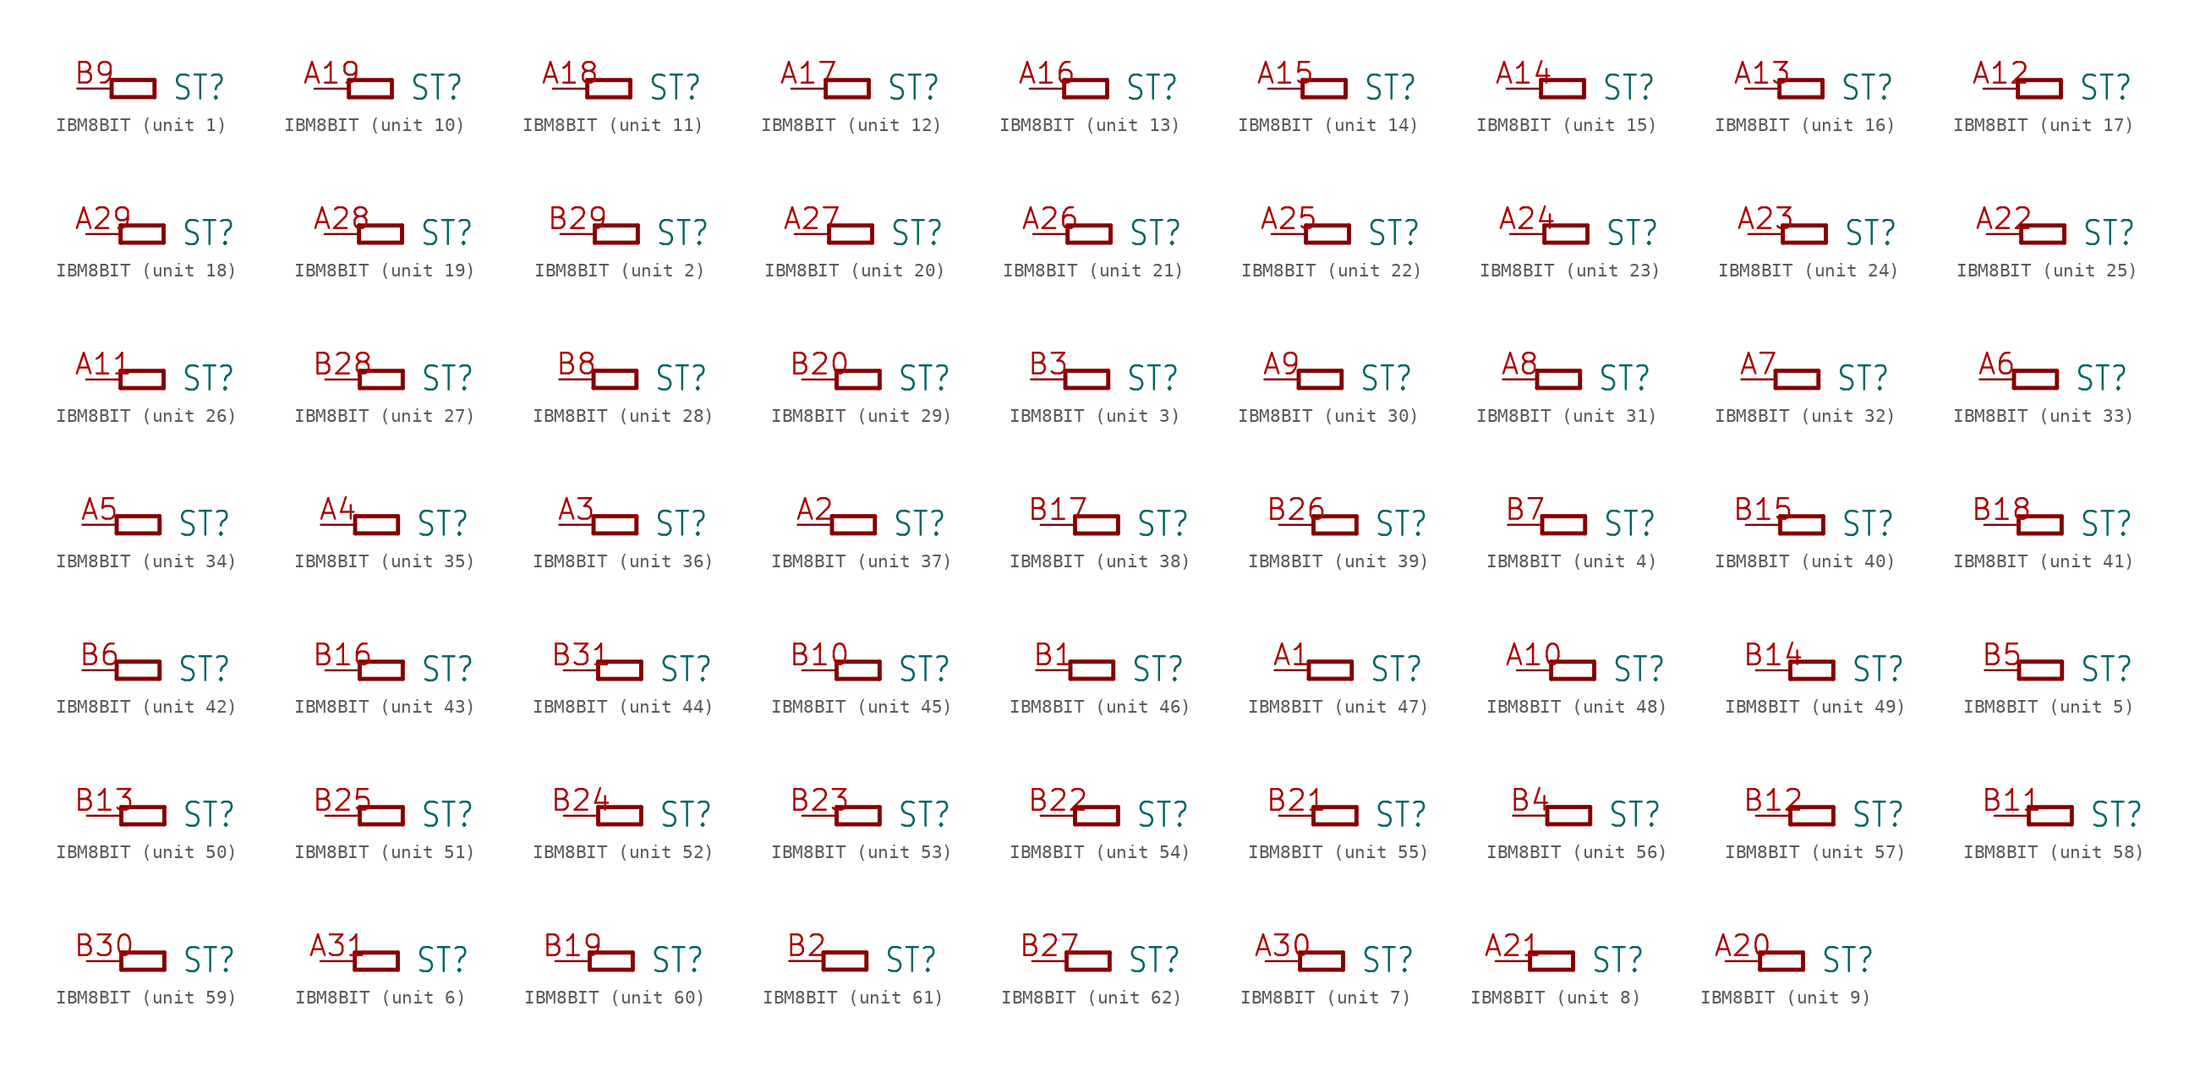
<source format=kicad_sym>
(kicad_symbol_lib
  (version 20241209)
  (generator "kicad_symbol_editor")
  (generator_version "9.0")
  (symbol "IBM8BIT"
    (property "Reference" "ST"
      (at 4.445 -0.965 0)
      (effects (font (size 1.778 1.511)) (justify left bottom)))
    (property "ki_locked" ""
      (at 0 0 0)
      (effects (font (size 1.27 1.27))))
    (symbol "IBM8BIT_1_0"
      (polyline (pts (xy 0 0.635) (xy 3.175 0.635)) (stroke (width 0.305) (type solid)) (fill (type none)))
      (polyline (pts (xy 0 -0.635) (xy 0 0.635)) (stroke (width 0.305) (type solid)) (fill (type none)))
      (polyline (pts (xy 3.175 0.635) (xy 3.175 -0.635)) (stroke (width 0.305) (type solid)) (fill (type none)))
      (polyline (pts (xy 3.175 -0.635) (xy 0 -0.635)) (stroke (width 0.305) (type solid)) (fill (type none)))
      (pin bidirectional line (at -2.54 0 0) (length 2.54) (name "P" (effects (font (size 0 0)))) (number "B9" (effects (font (size 1.524 1.524))))))
    (symbol "IBM8BIT_2_0"
      (polyline (pts (xy 0 0.635) (xy 3.175 0.635)) (stroke (width 0.305) (type solid)) (fill (type none)))
      (polyline (pts (xy 0 -0.635) (xy 0 0.635)) (stroke (width 0.305) (type solid)) (fill (type none)))
      (polyline (pts (xy 3.175 0.635) (xy 3.175 -0.635)) (stroke (width 0.305) (type solid)) (fill (type none)))
      (polyline (pts (xy 3.175 -0.635) (xy 0 -0.635)) (stroke (width 0.305) (type solid)) (fill (type none)))
      (pin bidirectional line (at -2.54 0 0) (length 2.54) (name "P" (effects (font (size 0 0)))) (number "B29" (effects (font (size 1.524 1.524))))))
    (symbol "IBM8BIT_3_0"
      (polyline (pts (xy 0 0.635) (xy 3.175 0.635)) (stroke (width 0.305) (type solid)) (fill (type none)))
      (polyline (pts (xy 0 -0.635) (xy 0 0.635)) (stroke (width 0.305) (type solid)) (fill (type none)))
      (polyline (pts (xy 3.175 0.635) (xy 3.175 -0.635)) (stroke (width 0.305) (type solid)) (fill (type none)))
      (polyline (pts (xy 3.175 -0.635) (xy 0 -0.635)) (stroke (width 0.305) (type solid)) (fill (type none)))
      (pin bidirectional line (at -2.54 0 0) (length 2.54) (name "P" (effects (font (size 0 0)))) (number "B3" (effects (font (size 1.524 1.524))))))
    (symbol "IBM8BIT_4_0"
      (polyline (pts (xy 0 0.635) (xy 3.175 0.635)) (stroke (width 0.305) (type solid)) (fill (type none)))
      (polyline (pts (xy 0 -0.635) (xy 0 0.635)) (stroke (width 0.305) (type solid)) (fill (type none)))
      (polyline (pts (xy 3.175 0.635) (xy 3.175 -0.635)) (stroke (width 0.305) (type solid)) (fill (type none)))
      (polyline (pts (xy 3.175 -0.635) (xy 0 -0.635)) (stroke (width 0.305) (type solid)) (fill (type none)))
      (pin bidirectional line (at -2.54 0 0) (length 2.54) (name "P" (effects (font (size 0 0)))) (number "B7" (effects (font (size 1.524 1.524))))))
    (symbol "IBM8BIT_5_0"
      (polyline (pts (xy 0 0.635) (xy 3.175 0.635)) (stroke (width 0.305) (type solid)) (fill (type none)))
      (polyline (pts (xy 0 -0.635) (xy 0 0.635)) (stroke (width 0.305) (type solid)) (fill (type none)))
      (polyline (pts (xy 3.175 0.635) (xy 3.175 -0.635)) (stroke (width 0.305) (type solid)) (fill (type none)))
      (polyline (pts (xy 3.175 -0.635) (xy 0 -0.635)) (stroke (width 0.305) (type solid)) (fill (type none)))
      (pin bidirectional line (at -2.54 0 0) (length 2.54) (name "P" (effects (font (size 0 0)))) (number "B5" (effects (font (size 1.524 1.524))))))
    (symbol "IBM8BIT_6_0"
      (polyline (pts (xy 0 0.635) (xy 3.175 0.635)) (stroke (width 0.305) (type solid)) (fill (type none)))
      (polyline (pts (xy 0 -0.635) (xy 0 0.635)) (stroke (width 0.305) (type solid)) (fill (type none)))
      (polyline (pts (xy 3.175 0.635) (xy 3.175 -0.635)) (stroke (width 0.305) (type solid)) (fill (type none)))
      (polyline (pts (xy 3.175 -0.635) (xy 0 -0.635)) (stroke (width 0.305) (type solid)) (fill (type none)))
      (pin bidirectional line (at -2.54 0 0) (length 2.54) (name "P" (effects (font (size 0 0)))) (number "A31" (effects (font (size 1.524 1.524))))))
    (symbol "IBM8BIT_7_0"
      (polyline (pts (xy 0 0.635) (xy 3.175 0.635)) (stroke (width 0.305) (type solid)) (fill (type none)))
      (polyline (pts (xy 0 -0.635) (xy 0 0.635)) (stroke (width 0.305) (type solid)) (fill (type none)))
      (polyline (pts (xy 3.175 0.635) (xy 3.175 -0.635)) (stroke (width 0.305) (type solid)) (fill (type none)))
      (polyline (pts (xy 3.175 -0.635) (xy 0 -0.635)) (stroke (width 0.305) (type solid)) (fill (type none)))
      (pin bidirectional line (at -2.54 0 0) (length 2.54) (name "P" (effects (font (size 0 0)))) (number "A30" (effects (font (size 1.524 1.524))))))
    (symbol "IBM8BIT_8_0"
      (polyline (pts (xy 0 0.635) (xy 3.175 0.635)) (stroke (width 0.305) (type solid)) (fill (type none)))
      (polyline (pts (xy 0 -0.635) (xy 0 0.635)) (stroke (width 0.305) (type solid)) (fill (type none)))
      (polyline (pts (xy 3.175 0.635) (xy 3.175 -0.635)) (stroke (width 0.305) (type solid)) (fill (type none)))
      (polyline (pts (xy 3.175 -0.635) (xy 0 -0.635)) (stroke (width 0.305) (type solid)) (fill (type none)))
      (pin bidirectional line (at -2.54 0 0) (length 2.54) (name "P" (effects (font (size 0 0)))) (number "A21" (effects (font (size 1.524 1.524))))))
    (symbol "IBM8BIT_9_0"
      (polyline (pts (xy 0 0.635) (xy 3.175 0.635)) (stroke (width 0.305) (type solid)) (fill (type none)))
      (polyline (pts (xy 0 -0.635) (xy 0 0.635)) (stroke (width 0.305) (type solid)) (fill (type none)))
      (polyline (pts (xy 3.175 0.635) (xy 3.175 -0.635)) (stroke (width 0.305) (type solid)) (fill (type none)))
      (polyline (pts (xy 3.175 -0.635) (xy 0 -0.635)) (stroke (width 0.305) (type solid)) (fill (type none)))
      (pin bidirectional line (at -2.54 0 0) (length 2.54) (name "P" (effects (font (size 0 0)))) (number "A20" (effects (font (size 1.524 1.524))))))
    (symbol "IBM8BIT_10_0"
      (polyline (pts (xy 0 0.635) (xy 3.175 0.635)) (stroke (width 0.305) (type solid)) (fill (type none)))
      (polyline (pts (xy 0 -0.635) (xy 0 0.635)) (stroke (width 0.305) (type solid)) (fill (type none)))
      (polyline (pts (xy 3.175 0.635) (xy 3.175 -0.635)) (stroke (width 0.305) (type solid)) (fill (type none)))
      (polyline (pts (xy 3.175 -0.635) (xy 0 -0.635)) (stroke (width 0.305) (type solid)) (fill (type none)))
      (pin bidirectional line (at -2.54 0 0) (length 2.54) (name "P" (effects (font (size 0 0)))) (number "A19" (effects (font (size 1.524 1.524))))))
    (symbol "IBM8BIT_11_0"
      (polyline (pts (xy 0 0.635) (xy 3.175 0.635)) (stroke (width 0.305) (type solid)) (fill (type none)))
      (polyline (pts (xy 0 -0.635) (xy 0 0.635)) (stroke (width 0.305) (type solid)) (fill (type none)))
      (polyline (pts (xy 3.175 0.635) (xy 3.175 -0.635)) (stroke (width 0.305) (type solid)) (fill (type none)))
      (polyline (pts (xy 3.175 -0.635) (xy 0 -0.635)) (stroke (width 0.305) (type solid)) (fill (type none)))
      (pin bidirectional line (at -2.54 0 0) (length 2.54) (name "P" (effects (font (size 0 0)))) (number "A18" (effects (font (size 1.524 1.524))))))
    (symbol "IBM8BIT_12_0"
      (polyline (pts (xy 0 0.635) (xy 3.175 0.635)) (stroke (width 0.305) (type solid)) (fill (type none)))
      (polyline (pts (xy 0 -0.635) (xy 0 0.635)) (stroke (width 0.305) (type solid)) (fill (type none)))
      (polyline (pts (xy 3.175 0.635) (xy 3.175 -0.635)) (stroke (width 0.305) (type solid)) (fill (type none)))
      (polyline (pts (xy 3.175 -0.635) (xy 0 -0.635)) (stroke (width 0.305) (type solid)) (fill (type none)))
      (pin bidirectional line (at -2.54 0 0) (length 2.54) (name "P" (effects (font (size 0 0)))) (number "A17" (effects (font (size 1.524 1.524))))))
    (symbol "IBM8BIT_13_0"
      (polyline (pts (xy 0 0.635) (xy 3.175 0.635)) (stroke (width 0.305) (type solid)) (fill (type none)))
      (polyline (pts (xy 0 -0.635) (xy 0 0.635)) (stroke (width 0.305) (type solid)) (fill (type none)))
      (polyline (pts (xy 3.175 0.635) (xy 3.175 -0.635)) (stroke (width 0.305) (type solid)) (fill (type none)))
      (polyline (pts (xy 3.175 -0.635) (xy 0 -0.635)) (stroke (width 0.305) (type solid)) (fill (type none)))
      (pin bidirectional line (at -2.54 0 0) (length 2.54) (name "P" (effects (font (size 0 0)))) (number "A16" (effects (font (size 1.524 1.524))))))
    (symbol "IBM8BIT_14_0"
      (polyline (pts (xy 0 0.635) (xy 3.175 0.635)) (stroke (width 0.305) (type solid)) (fill (type none)))
      (polyline (pts (xy 0 -0.635) (xy 0 0.635)) (stroke (width 0.305) (type solid)) (fill (type none)))
      (polyline (pts (xy 3.175 0.635) (xy 3.175 -0.635)) (stroke (width 0.305) (type solid)) (fill (type none)))
      (polyline (pts (xy 3.175 -0.635) (xy 0 -0.635)) (stroke (width 0.305) (type solid)) (fill (type none)))
      (pin bidirectional line (at -2.54 0 0) (length 2.54) (name "P" (effects (font (size 0 0)))) (number "A15" (effects (font (size 1.524 1.524))))))
    (symbol "IBM8BIT_15_0"
      (polyline (pts (xy 0 0.635) (xy 3.175 0.635)) (stroke (width 0.305) (type solid)) (fill (type none)))
      (polyline (pts (xy 0 -0.635) (xy 0 0.635)) (stroke (width 0.305) (type solid)) (fill (type none)))
      (polyline (pts (xy 3.175 0.635) (xy 3.175 -0.635)) (stroke (width 0.305) (type solid)) (fill (type none)))
      (polyline (pts (xy 3.175 -0.635) (xy 0 -0.635)) (stroke (width 0.305) (type solid)) (fill (type none)))
      (pin bidirectional line (at -2.54 0 0) (length 2.54) (name "P" (effects (font (size 0 0)))) (number "A14" (effects (font (size 1.524 1.524))))))
    (symbol "IBM8BIT_16_0"
      (polyline (pts (xy 0 0.635) (xy 3.175 0.635)) (stroke (width 0.305) (type solid)) (fill (type none)))
      (polyline (pts (xy 0 -0.635) (xy 0 0.635)) (stroke (width 0.305) (type solid)) (fill (type none)))
      (polyline (pts (xy 3.175 0.635) (xy 3.175 -0.635)) (stroke (width 0.305) (type solid)) (fill (type none)))
      (polyline (pts (xy 3.175 -0.635) (xy 0 -0.635)) (stroke (width 0.305) (type solid)) (fill (type none)))
      (pin bidirectional line (at -2.54 0 0) (length 2.54) (name "P" (effects (font (size 0 0)))) (number "A13" (effects (font (size 1.524 1.524))))))
    (symbol "IBM8BIT_17_0"
      (polyline (pts (xy 0 0.635) (xy 3.175 0.635)) (stroke (width 0.305) (type solid)) (fill (type none)))
      (polyline (pts (xy 0 -0.635) (xy 0 0.635)) (stroke (width 0.305) (type solid)) (fill (type none)))
      (polyline (pts (xy 3.175 0.635) (xy 3.175 -0.635)) (stroke (width 0.305) (type solid)) (fill (type none)))
      (polyline (pts (xy 3.175 -0.635) (xy 0 -0.635)) (stroke (width 0.305) (type solid)) (fill (type none)))
      (pin bidirectional line (at -2.54 0 0) (length 2.54) (name "P" (effects (font (size 0 0)))) (number "A12" (effects (font (size 1.524 1.524))))))
    (symbol "IBM8BIT_18_0"
      (polyline (pts (xy 0 0.635) (xy 3.175 0.635)) (stroke (width 0.305) (type solid)) (fill (type none)))
      (polyline (pts (xy 0 -0.635) (xy 0 0.635)) (stroke (width 0.305) (type solid)) (fill (type none)))
      (polyline (pts (xy 3.175 0.635) (xy 3.175 -0.635)) (stroke (width 0.305) (type solid)) (fill (type none)))
      (polyline (pts (xy 3.175 -0.635) (xy 0 -0.635)) (stroke (width 0.305) (type solid)) (fill (type none)))
      (pin bidirectional line (at -2.54 0 0) (length 2.54) (name "P" (effects (font (size 0 0)))) (number "A29" (effects (font (size 1.524 1.524))))))
    (symbol "IBM8BIT_19_0"
      (polyline (pts (xy 0 0.635) (xy 3.175 0.635)) (stroke (width 0.305) (type solid)) (fill (type none)))
      (polyline (pts (xy 0 -0.635) (xy 0 0.635)) (stroke (width 0.305) (type solid)) (fill (type none)))
      (polyline (pts (xy 3.175 0.635) (xy 3.175 -0.635)) (stroke (width 0.305) (type solid)) (fill (type none)))
      (polyline (pts (xy 3.175 -0.635) (xy 0 -0.635)) (stroke (width 0.305) (type solid)) (fill (type none)))
      (pin bidirectional line (at -2.54 0 0) (length 2.54) (name "P" (effects (font (size 0 0)))) (number "A28" (effects (font (size 1.524 1.524))))))
    (symbol "IBM8BIT_20_0"
      (polyline (pts (xy 0 0.635) (xy 3.175 0.635)) (stroke (width 0.305) (type solid)) (fill (type none)))
      (polyline (pts (xy 0 -0.635) (xy 0 0.635)) (stroke (width 0.305) (type solid)) (fill (type none)))
      (polyline (pts (xy 3.175 0.635) (xy 3.175 -0.635)) (stroke (width 0.305) (type solid)) (fill (type none)))
      (polyline (pts (xy 3.175 -0.635) (xy 0 -0.635)) (stroke (width 0.305) (type solid)) (fill (type none)))
      (pin bidirectional line (at -2.54 0 0) (length 2.54) (name "P" (effects (font (size 0 0)))) (number "A27" (effects (font (size 1.524 1.524))))))
    (symbol "IBM8BIT_21_0"
      (polyline (pts (xy 0 0.635) (xy 3.175 0.635)) (stroke (width 0.305) (type solid)) (fill (type none)))
      (polyline (pts (xy 0 -0.635) (xy 0 0.635)) (stroke (width 0.305) (type solid)) (fill (type none)))
      (polyline (pts (xy 3.175 0.635) (xy 3.175 -0.635)) (stroke (width 0.305) (type solid)) (fill (type none)))
      (polyline (pts (xy 3.175 -0.635) (xy 0 -0.635)) (stroke (width 0.305) (type solid)) (fill (type none)))
      (pin bidirectional line (at -2.54 0 0) (length 2.54) (name "P" (effects (font (size 0 0)))) (number "A26" (effects (font (size 1.524 1.524))))))
    (symbol "IBM8BIT_22_0"
      (polyline (pts (xy 0 0.635) (xy 3.175 0.635)) (stroke (width 0.305) (type solid)) (fill (type none)))
      (polyline (pts (xy 0 -0.635) (xy 0 0.635)) (stroke (width 0.305) (type solid)) (fill (type none)))
      (polyline (pts (xy 3.175 0.635) (xy 3.175 -0.635)) (stroke (width 0.305) (type solid)) (fill (type none)))
      (polyline (pts (xy 3.175 -0.635) (xy 0 -0.635)) (stroke (width 0.305) (type solid)) (fill (type none)))
      (pin bidirectional line (at -2.54 0 0) (length 2.54) (name "P" (effects (font (size 0 0)))) (number "A25" (effects (font (size 1.524 1.524))))))
    (symbol "IBM8BIT_23_0"
      (polyline (pts (xy 0 0.635) (xy 3.175 0.635)) (stroke (width 0.305) (type solid)) (fill (type none)))
      (polyline (pts (xy 0 -0.635) (xy 0 0.635)) (stroke (width 0.305) (type solid)) (fill (type none)))
      (polyline (pts (xy 3.175 0.635) (xy 3.175 -0.635)) (stroke (width 0.305) (type solid)) (fill (type none)))
      (polyline (pts (xy 3.175 -0.635) (xy 0 -0.635)) (stroke (width 0.305) (type solid)) (fill (type none)))
      (pin bidirectional line (at -2.54 0 0) (length 2.54) (name "P" (effects (font (size 0 0)))) (number "A24" (effects (font (size 1.524 1.524))))))
    (symbol "IBM8BIT_24_0"
      (polyline (pts (xy 0 0.635) (xy 3.175 0.635)) (stroke (width 0.305) (type solid)) (fill (type none)))
      (polyline (pts (xy 0 -0.635) (xy 0 0.635)) (stroke (width 0.305) (type solid)) (fill (type none)))
      (polyline (pts (xy 3.175 0.635) (xy 3.175 -0.635)) (stroke (width 0.305) (type solid)) (fill (type none)))
      (polyline (pts (xy 3.175 -0.635) (xy 0 -0.635)) (stroke (width 0.305) (type solid)) (fill (type none)))
      (pin bidirectional line (at -2.54 0 0) (length 2.54) (name "P" (effects (font (size 0 0)))) (number "A23" (effects (font (size 1.524 1.524))))))
    (symbol "IBM8BIT_25_0"
      (polyline (pts (xy 0 0.635) (xy 3.175 0.635)) (stroke (width 0.305) (type solid)) (fill (type none)))
      (polyline (pts (xy 0 -0.635) (xy 0 0.635)) (stroke (width 0.305) (type solid)) (fill (type none)))
      (polyline (pts (xy 3.175 0.635) (xy 3.175 -0.635)) (stroke (width 0.305) (type solid)) (fill (type none)))
      (polyline (pts (xy 3.175 -0.635) (xy 0 -0.635)) (stroke (width 0.305) (type solid)) (fill (type none)))
      (pin bidirectional line (at -2.54 0 0) (length 2.54) (name "P" (effects (font (size 0 0)))) (number "A22" (effects (font (size 1.524 1.524))))))
    (symbol "IBM8BIT_26_0"
      (polyline (pts (xy 0 0.635) (xy 3.175 0.635)) (stroke (width 0.305) (type solid)) (fill (type none)))
      (polyline (pts (xy 0 -0.635) (xy 0 0.635)) (stroke (width 0.305) (type solid)) (fill (type none)))
      (polyline (pts (xy 3.175 0.635) (xy 3.175 -0.635)) (stroke (width 0.305) (type solid)) (fill (type none)))
      (polyline (pts (xy 3.175 -0.635) (xy 0 -0.635)) (stroke (width 0.305) (type solid)) (fill (type none)))
      (pin bidirectional line (at -2.54 0 0) (length 2.54) (name "P" (effects (font (size 0 0)))) (number "A11" (effects (font (size 1.524 1.524))))))
    (symbol "IBM8BIT_27_0"
      (polyline (pts (xy 0 0.635) (xy 3.175 0.635)) (stroke (width 0.305) (type solid)) (fill (type none)))
      (polyline (pts (xy 0 -0.635) (xy 0 0.635)) (stroke (width 0.305) (type solid)) (fill (type none)))
      (polyline (pts (xy 3.175 0.635) (xy 3.175 -0.635)) (stroke (width 0.305) (type solid)) (fill (type none)))
      (polyline (pts (xy 3.175 -0.635) (xy 0 -0.635)) (stroke (width 0.305) (type solid)) (fill (type none)))
      (pin bidirectional line (at -2.54 0 0) (length 2.54) (name "P" (effects (font (size 0 0)))) (number "B28" (effects (font (size 1.524 1.524))))))
    (symbol "IBM8BIT_28_0"
      (polyline (pts (xy 0 0.635) (xy 3.175 0.635)) (stroke (width 0.305) (type solid)) (fill (type none)))
      (polyline (pts (xy 0 -0.635) (xy 0 0.635)) (stroke (width 0.305) (type solid)) (fill (type none)))
      (polyline (pts (xy 3.175 0.635) (xy 3.175 -0.635)) (stroke (width 0.305) (type solid)) (fill (type none)))
      (polyline (pts (xy 3.175 -0.635) (xy 0 -0.635)) (stroke (width 0.305) (type solid)) (fill (type none)))
      (pin bidirectional line (at -2.54 0 0) (length 2.54) (name "P" (effects (font (size 0 0)))) (number "B8" (effects (font (size 1.524 1.524))))))
    (symbol "IBM8BIT_29_0"
      (polyline (pts (xy 0 0.635) (xy 3.175 0.635)) (stroke (width 0.305) (type solid)) (fill (type none)))
      (polyline (pts (xy 0 -0.635) (xy 0 0.635)) (stroke (width 0.305) (type solid)) (fill (type none)))
      (polyline (pts (xy 3.175 0.635) (xy 3.175 -0.635)) (stroke (width 0.305) (type solid)) (fill (type none)))
      (polyline (pts (xy 3.175 -0.635) (xy 0 -0.635)) (stroke (width 0.305) (type solid)) (fill (type none)))
      (pin bidirectional line (at -2.54 0 0) (length 2.54) (name "P" (effects (font (size 0 0)))) (number "B20" (effects (font (size 1.524 1.524))))))
    (symbol "IBM8BIT_30_0"
      (polyline (pts (xy 0 0.635) (xy 3.175 0.635)) (stroke (width 0.305) (type solid)) (fill (type none)))
      (polyline (pts (xy 0 -0.635) (xy 0 0.635)) (stroke (width 0.305) (type solid)) (fill (type none)))
      (polyline (pts (xy 3.175 0.635) (xy 3.175 -0.635)) (stroke (width 0.305) (type solid)) (fill (type none)))
      (polyline (pts (xy 3.175 -0.635) (xy 0 -0.635)) (stroke (width 0.305) (type solid)) (fill (type none)))
      (pin bidirectional line (at -2.54 0 0) (length 2.54) (name "P" (effects (font (size 0 0)))) (number "A9" (effects (font (size 1.524 1.524))))))
    (symbol "IBM8BIT_31_0"
      (polyline (pts (xy 0 0.635) (xy 3.175 0.635)) (stroke (width 0.305) (type solid)) (fill (type none)))
      (polyline (pts (xy 0 -0.635) (xy 0 0.635)) (stroke (width 0.305) (type solid)) (fill (type none)))
      (polyline (pts (xy 3.175 0.635) (xy 3.175 -0.635)) (stroke (width 0.305) (type solid)) (fill (type none)))
      (polyline (pts (xy 3.175 -0.635) (xy 0 -0.635)) (stroke (width 0.305) (type solid)) (fill (type none)))
      (pin bidirectional line (at -2.54 0 0) (length 2.54) (name "P" (effects (font (size 0 0)))) (number "A8" (effects (font (size 1.524 1.524))))))
    (symbol "IBM8BIT_32_0"
      (polyline (pts (xy 0 0.635) (xy 3.175 0.635)) (stroke (width 0.305) (type solid)) (fill (type none)))
      (polyline (pts (xy 0 -0.635) (xy 0 0.635)) (stroke (width 0.305) (type solid)) (fill (type none)))
      (polyline (pts (xy 3.175 0.635) (xy 3.175 -0.635)) (stroke (width 0.305) (type solid)) (fill (type none)))
      (polyline (pts (xy 3.175 -0.635) (xy 0 -0.635)) (stroke (width 0.305) (type solid)) (fill (type none)))
      (pin bidirectional line (at -2.54 0 0) (length 2.54) (name "P" (effects (font (size 0 0)))) (number "A7" (effects (font (size 1.524 1.524))))))
    (symbol "IBM8BIT_33_0"
      (polyline (pts (xy 0 0.635) (xy 3.175 0.635)) (stroke (width 0.305) (type solid)) (fill (type none)))
      (polyline (pts (xy 0 -0.635) (xy 0 0.635)) (stroke (width 0.305) (type solid)) (fill (type none)))
      (polyline (pts (xy 3.175 0.635) (xy 3.175 -0.635)) (stroke (width 0.305) (type solid)) (fill (type none)))
      (polyline (pts (xy 3.175 -0.635) (xy 0 -0.635)) (stroke (width 0.305) (type solid)) (fill (type none)))
      (pin bidirectional line (at -2.54 0 0) (length 2.54) (name "P" (effects (font (size 0 0)))) (number "A6" (effects (font (size 1.524 1.524))))))
    (symbol "IBM8BIT_34_0"
      (polyline (pts (xy 0 0.635) (xy 3.175 0.635)) (stroke (width 0.305) (type solid)) (fill (type none)))
      (polyline (pts (xy 0 -0.635) (xy 0 0.635)) (stroke (width 0.305) (type solid)) (fill (type none)))
      (polyline (pts (xy 3.175 0.635) (xy 3.175 -0.635)) (stroke (width 0.305) (type solid)) (fill (type none)))
      (polyline (pts (xy 3.175 -0.635) (xy 0 -0.635)) (stroke (width 0.305) (type solid)) (fill (type none)))
      (pin bidirectional line (at -2.54 0 0) (length 2.54) (name "P" (effects (font (size 0 0)))) (number "A5" (effects (font (size 1.524 1.524))))))
    (symbol "IBM8BIT_35_0"
      (polyline (pts (xy 0 0.635) (xy 3.175 0.635)) (stroke (width 0.305) (type solid)) (fill (type none)))
      (polyline (pts (xy 0 -0.635) (xy 0 0.635)) (stroke (width 0.305) (type solid)) (fill (type none)))
      (polyline (pts (xy 3.175 0.635) (xy 3.175 -0.635)) (stroke (width 0.305) (type solid)) (fill (type none)))
      (polyline (pts (xy 3.175 -0.635) (xy 0 -0.635)) (stroke (width 0.305) (type solid)) (fill (type none)))
      (pin bidirectional line (at -2.54 0 0) (length 2.54) (name "P" (effects (font (size 0 0)))) (number "A4" (effects (font (size 1.524 1.524))))))
    (symbol "IBM8BIT_36_0"
      (polyline (pts (xy 0 0.635) (xy 3.175 0.635)) (stroke (width 0.305) (type solid)) (fill (type none)))
      (polyline (pts (xy 0 -0.635) (xy 0 0.635)) (stroke (width 0.305) (type solid)) (fill (type none)))
      (polyline (pts (xy 3.175 0.635) (xy 3.175 -0.635)) (stroke (width 0.305) (type solid)) (fill (type none)))
      (polyline (pts (xy 3.175 -0.635) (xy 0 -0.635)) (stroke (width 0.305) (type solid)) (fill (type none)))
      (pin bidirectional line (at -2.54 0 0) (length 2.54) (name "P" (effects (font (size 0 0)))) (number "A3" (effects (font (size 1.524 1.524))))))
    (symbol "IBM8BIT_37_0"
      (polyline (pts (xy 0 0.635) (xy 3.175 0.635)) (stroke (width 0.305) (type solid)) (fill (type none)))
      (polyline (pts (xy 0 -0.635) (xy 0 0.635)) (stroke (width 0.305) (type solid)) (fill (type none)))
      (polyline (pts (xy 3.175 0.635) (xy 3.175 -0.635)) (stroke (width 0.305) (type solid)) (fill (type none)))
      (polyline (pts (xy 3.175 -0.635) (xy 0 -0.635)) (stroke (width 0.305) (type solid)) (fill (type none)))
      (pin bidirectional line (at -2.54 0 0) (length 2.54) (name "P" (effects (font (size 0 0)))) (number "A2" (effects (font (size 1.524 1.524))))))
    (symbol "IBM8BIT_38_0"
      (polyline (pts (xy 0 0.635) (xy 3.175 0.635)) (stroke (width 0.305) (type solid)) (fill (type none)))
      (polyline (pts (xy 0 -0.635) (xy 0 0.635)) (stroke (width 0.305) (type solid)) (fill (type none)))
      (polyline (pts (xy 3.175 0.635) (xy 3.175 -0.635)) (stroke (width 0.305) (type solid)) (fill (type none)))
      (polyline (pts (xy 3.175 -0.635) (xy 0 -0.635)) (stroke (width 0.305) (type solid)) (fill (type none)))
      (pin bidirectional line (at -2.54 0 0) (length 2.54) (name "P" (effects (font (size 0 0)))) (number "B17" (effects (font (size 1.524 1.524))))))
    (symbol "IBM8BIT_39_0"
      (polyline (pts (xy 0 0.635) (xy 3.175 0.635)) (stroke (width 0.305) (type solid)) (fill (type none)))
      (polyline (pts (xy 0 -0.635) (xy 0 0.635)) (stroke (width 0.305) (type solid)) (fill (type none)))
      (polyline (pts (xy 3.175 0.635) (xy 3.175 -0.635)) (stroke (width 0.305) (type solid)) (fill (type none)))
      (polyline (pts (xy 3.175 -0.635) (xy 0 -0.635)) (stroke (width 0.305) (type solid)) (fill (type none)))
      (pin bidirectional line (at -2.54 0 0) (length 2.54) (name "P" (effects (font (size 0 0)))) (number "B26" (effects (font (size 1.524 1.524))))))
    (symbol "IBM8BIT_40_0"
      (polyline (pts (xy 0 0.635) (xy 3.175 0.635)) (stroke (width 0.305) (type solid)) (fill (type none)))
      (polyline (pts (xy 0 -0.635) (xy 0 0.635)) (stroke (width 0.305) (type solid)) (fill (type none)))
      (polyline (pts (xy 3.175 0.635) (xy 3.175 -0.635)) (stroke (width 0.305) (type solid)) (fill (type none)))
      (polyline (pts (xy 3.175 -0.635) (xy 0 -0.635)) (stroke (width 0.305) (type solid)) (fill (type none)))
      (pin bidirectional line (at -2.54 0 0) (length 2.54) (name "P" (effects (font (size 0 0)))) (number "B15" (effects (font (size 1.524 1.524))))))
    (symbol "IBM8BIT_41_0"
      (polyline (pts (xy 0 0.635) (xy 3.175 0.635)) (stroke (width 0.305) (type solid)) (fill (type none)))
      (polyline (pts (xy 0 -0.635) (xy 0 0.635)) (stroke (width 0.305) (type solid)) (fill (type none)))
      (polyline (pts (xy 3.175 0.635) (xy 3.175 -0.635)) (stroke (width 0.305) (type solid)) (fill (type none)))
      (polyline (pts (xy 3.175 -0.635) (xy 0 -0.635)) (stroke (width 0.305) (type solid)) (fill (type none)))
      (pin bidirectional line (at -2.54 0 0) (length 2.54) (name "P" (effects (font (size 0 0)))) (number "B18" (effects (font (size 1.524 1.524))))))
    (symbol "IBM8BIT_42_0"
      (polyline (pts (xy 0 0.635) (xy 3.175 0.635)) (stroke (width 0.305) (type solid)) (fill (type none)))
      (polyline (pts (xy 0 -0.635) (xy 0 0.635)) (stroke (width 0.305) (type solid)) (fill (type none)))
      (polyline (pts (xy 3.175 0.635) (xy 3.175 -0.635)) (stroke (width 0.305) (type solid)) (fill (type none)))
      (polyline (pts (xy 3.175 -0.635) (xy 0 -0.635)) (stroke (width 0.305) (type solid)) (fill (type none)))
      (pin bidirectional line (at -2.54 0 0) (length 2.54) (name "P" (effects (font (size 0 0)))) (number "B6" (effects (font (size 1.524 1.524))))))
    (symbol "IBM8BIT_43_0"
      (polyline (pts (xy 0 0.635) (xy 3.175 0.635)) (stroke (width 0.305) (type solid)) (fill (type none)))
      (polyline (pts (xy 0 -0.635) (xy 0 0.635)) (stroke (width 0.305) (type solid)) (fill (type none)))
      (polyline (pts (xy 3.175 0.635) (xy 3.175 -0.635)) (stroke (width 0.305) (type solid)) (fill (type none)))
      (polyline (pts (xy 3.175 -0.635) (xy 0 -0.635)) (stroke (width 0.305) (type solid)) (fill (type none)))
      (pin bidirectional line (at -2.54 0 0) (length 2.54) (name "P" (effects (font (size 0 0)))) (number "B16" (effects (font (size 1.524 1.524))))))
    (symbol "IBM8BIT_44_0"
      (polyline (pts (xy 0 0.635) (xy 3.175 0.635)) (stroke (width 0.305) (type solid)) (fill (type none)))
      (polyline (pts (xy 0 -0.635) (xy 0 0.635)) (stroke (width 0.305) (type solid)) (fill (type none)))
      (polyline (pts (xy 3.175 0.635) (xy 3.175 -0.635)) (stroke (width 0.305) (type solid)) (fill (type none)))
      (polyline (pts (xy 3.175 -0.635) (xy 0 -0.635)) (stroke (width 0.305) (type solid)) (fill (type none)))
      (pin bidirectional line (at -2.54 0 0) (length 2.54) (name "P" (effects (font (size 0 0)))) (number "B31" (effects (font (size 1.524 1.524))))))
    (symbol "IBM8BIT_45_0"
      (polyline (pts (xy 0 0.635) (xy 3.175 0.635)) (stroke (width 0.305) (type solid)) (fill (type none)))
      (polyline (pts (xy 0 -0.635) (xy 0 0.635)) (stroke (width 0.305) (type solid)) (fill (type none)))
      (polyline (pts (xy 3.175 0.635) (xy 3.175 -0.635)) (stroke (width 0.305) (type solid)) (fill (type none)))
      (polyline (pts (xy 3.175 -0.635) (xy 0 -0.635)) (stroke (width 0.305) (type solid)) (fill (type none)))
      (pin bidirectional line (at -2.54 0 0) (length 2.54) (name "P" (effects (font (size 0 0)))) (number "B10" (effects (font (size 1.524 1.524))))))
    (symbol "IBM8BIT_46_0"
      (polyline (pts (xy 0 0.635) (xy 3.175 0.635)) (stroke (width 0.305) (type solid)) (fill (type none)))
      (polyline (pts (xy 0 -0.635) (xy 0 0.635)) (stroke (width 0.305) (type solid)) (fill (type none)))
      (polyline (pts (xy 3.175 0.635) (xy 3.175 -0.635)) (stroke (width 0.305) (type solid)) (fill (type none)))
      (polyline (pts (xy 3.175 -0.635) (xy 0 -0.635)) (stroke (width 0.305) (type solid)) (fill (type none)))
      (pin bidirectional line (at -2.54 0 0) (length 2.54) (name "P" (effects (font (size 0 0)))) (number "B1" (effects (font (size 1.524 1.524))))))
    (symbol "IBM8BIT_47_0"
      (polyline (pts (xy 0 0.635) (xy 3.175 0.635)) (stroke (width 0.305) (type solid)) (fill (type none)))
      (polyline (pts (xy 0 -0.635) (xy 0 0.635)) (stroke (width 0.305) (type solid)) (fill (type none)))
      (polyline (pts (xy 3.175 0.635) (xy 3.175 -0.635)) (stroke (width 0.305) (type solid)) (fill (type none)))
      (polyline (pts (xy 3.175 -0.635) (xy 0 -0.635)) (stroke (width 0.305) (type solid)) (fill (type none)))
      (pin bidirectional line (at -2.54 0 0) (length 2.54) (name "P" (effects (font (size 0 0)))) (number "A1" (effects (font (size 1.524 1.524))))))
    (symbol "IBM8BIT_48_0"
      (polyline (pts (xy 0 0.635) (xy 3.175 0.635)) (stroke (width 0.305) (type solid)) (fill (type none)))
      (polyline (pts (xy 0 -0.635) (xy 0 0.635)) (stroke (width 0.305) (type solid)) (fill (type none)))
      (polyline (pts (xy 3.175 0.635) (xy 3.175 -0.635)) (stroke (width 0.305) (type solid)) (fill (type none)))
      (polyline (pts (xy 3.175 -0.635) (xy 0 -0.635)) (stroke (width 0.305) (type solid)) (fill (type none)))
      (pin bidirectional line (at -2.54 0 0) (length 2.54) (name "P" (effects (font (size 0 0)))) (number "A10" (effects (font (size 1.524 1.524))))))
    (symbol "IBM8BIT_49_0"
      (polyline (pts (xy 0 0.635) (xy 3.175 0.635)) (stroke (width 0.305) (type solid)) (fill (type none)))
      (polyline (pts (xy 0 -0.635) (xy 0 0.635)) (stroke (width 0.305) (type solid)) (fill (type none)))
      (polyline (pts (xy 3.175 0.635) (xy 3.175 -0.635)) (stroke (width 0.305) (type solid)) (fill (type none)))
      (polyline (pts (xy 3.175 -0.635) (xy 0 -0.635)) (stroke (width 0.305) (type solid)) (fill (type none)))
      (pin bidirectional line (at -2.54 0 0) (length 2.54) (name "P" (effects (font (size 0 0)))) (number "B14" (effects (font (size 1.524 1.524))))))
    (symbol "IBM8BIT_50_0"
      (polyline (pts (xy 0 0.635) (xy 3.175 0.635)) (stroke (width 0.305) (type solid)) (fill (type none)))
      (polyline (pts (xy 0 -0.635) (xy 0 0.635)) (stroke (width 0.305) (type solid)) (fill (type none)))
      (polyline (pts (xy 3.175 0.635) (xy 3.175 -0.635)) (stroke (width 0.305) (type solid)) (fill (type none)))
      (polyline (pts (xy 3.175 -0.635) (xy 0 -0.635)) (stroke (width 0.305) (type solid)) (fill (type none)))
      (pin bidirectional line (at -2.54 0 0) (length 2.54) (name "P" (effects (font (size 0 0)))) (number "B13" (effects (font (size 1.524 1.524))))))
    (symbol "IBM8BIT_51_0"
      (polyline (pts (xy 0 0.635) (xy 3.175 0.635)) (stroke (width 0.305) (type solid)) (fill (type none)))
      (polyline (pts (xy 0 -0.635) (xy 0 0.635)) (stroke (width 0.305) (type solid)) (fill (type none)))
      (polyline (pts (xy 3.175 0.635) (xy 3.175 -0.635)) (stroke (width 0.305) (type solid)) (fill (type none)))
      (polyline (pts (xy 3.175 -0.635) (xy 0 -0.635)) (stroke (width 0.305) (type solid)) (fill (type none)))
      (pin bidirectional line (at -2.54 0 0) (length 2.54) (name "P" (effects (font (size 0 0)))) (number "B25" (effects (font (size 1.524 1.524))))))
    (symbol "IBM8BIT_52_0"
      (polyline (pts (xy 0 0.635) (xy 3.175 0.635)) (stroke (width 0.305) (type solid)) (fill (type none)))
      (polyline (pts (xy 0 -0.635) (xy 0 0.635)) (stroke (width 0.305) (type solid)) (fill (type none)))
      (polyline (pts (xy 3.175 0.635) (xy 3.175 -0.635)) (stroke (width 0.305) (type solid)) (fill (type none)))
      (polyline (pts (xy 3.175 -0.635) (xy 0 -0.635)) (stroke (width 0.305) (type solid)) (fill (type none)))
      (pin bidirectional line (at -2.54 0 0) (length 2.54) (name "P" (effects (font (size 0 0)))) (number "B24" (effects (font (size 1.524 1.524))))))
    (symbol "IBM8BIT_53_0"
      (polyline (pts (xy 0 0.635) (xy 3.175 0.635)) (stroke (width 0.305) (type solid)) (fill (type none)))
      (polyline (pts (xy 0 -0.635) (xy 0 0.635)) (stroke (width 0.305) (type solid)) (fill (type none)))
      (polyline (pts (xy 3.175 0.635) (xy 3.175 -0.635)) (stroke (width 0.305) (type solid)) (fill (type none)))
      (polyline (pts (xy 3.175 -0.635) (xy 0 -0.635)) (stroke (width 0.305) (type solid)) (fill (type none)))
      (pin bidirectional line (at -2.54 0 0) (length 2.54) (name "P" (effects (font (size 0 0)))) (number "B23" (effects (font (size 1.524 1.524))))))
    (symbol "IBM8BIT_54_0"
      (polyline (pts (xy 0 0.635) (xy 3.175 0.635)) (stroke (width 0.305) (type solid)) (fill (type none)))
      (polyline (pts (xy 0 -0.635) (xy 0 0.635)) (stroke (width 0.305) (type solid)) (fill (type none)))
      (polyline (pts (xy 3.175 0.635) (xy 3.175 -0.635)) (stroke (width 0.305) (type solid)) (fill (type none)))
      (polyline (pts (xy 3.175 -0.635) (xy 0 -0.635)) (stroke (width 0.305) (type solid)) (fill (type none)))
      (pin bidirectional line (at -2.54 0 0) (length 2.54) (name "P" (effects (font (size 0 0)))) (number "B22" (effects (font (size 1.524 1.524))))))
    (symbol "IBM8BIT_55_0"
      (polyline (pts (xy 0 0.635) (xy 3.175 0.635)) (stroke (width 0.305) (type solid)) (fill (type none)))
      (polyline (pts (xy 0 -0.635) (xy 0 0.635)) (stroke (width 0.305) (type solid)) (fill (type none)))
      (polyline (pts (xy 3.175 0.635) (xy 3.175 -0.635)) (stroke (width 0.305) (type solid)) (fill (type none)))
      (polyline (pts (xy 3.175 -0.635) (xy 0 -0.635)) (stroke (width 0.305) (type solid)) (fill (type none)))
      (pin bidirectional line (at -2.54 0 0) (length 2.54) (name "P" (effects (font (size 0 0)))) (number "B21" (effects (font (size 1.524 1.524))))))
    (symbol "IBM8BIT_56_0"
      (polyline (pts (xy 0 0.635) (xy 3.175 0.635)) (stroke (width 0.305) (type solid)) (fill (type none)))
      (polyline (pts (xy 0 -0.635) (xy 0 0.635)) (stroke (width 0.305) (type solid)) (fill (type none)))
      (polyline (pts (xy 3.175 0.635) (xy 3.175 -0.635)) (stroke (width 0.305) (type solid)) (fill (type none)))
      (polyline (pts (xy 3.175 -0.635) (xy 0 -0.635)) (stroke (width 0.305) (type solid)) (fill (type none)))
      (pin bidirectional line (at -2.54 0 0) (length 2.54) (name "P" (effects (font (size 0 0)))) (number "B4" (effects (font (size 1.524 1.524))))))
    (symbol "IBM8BIT_57_0"
      (polyline (pts (xy 0 0.635) (xy 3.175 0.635)) (stroke (width 0.305) (type solid)) (fill (type none)))
      (polyline (pts (xy 0 -0.635) (xy 0 0.635)) (stroke (width 0.305) (type solid)) (fill (type none)))
      (polyline (pts (xy 3.175 0.635) (xy 3.175 -0.635)) (stroke (width 0.305) (type solid)) (fill (type none)))
      (polyline (pts (xy 3.175 -0.635) (xy 0 -0.635)) (stroke (width 0.305) (type solid)) (fill (type none)))
      (pin bidirectional line (at -2.54 0 0) (length 2.54) (name "P" (effects (font (size 0 0)))) (number "B12" (effects (font (size 1.524 1.524))))))
    (symbol "IBM8BIT_58_0"
      (polyline (pts (xy 0 0.635) (xy 3.175 0.635)) (stroke (width 0.305) (type solid)) (fill (type none)))
      (polyline (pts (xy 0 -0.635) (xy 0 0.635)) (stroke (width 0.305) (type solid)) (fill (type none)))
      (polyline (pts (xy 3.175 0.635) (xy 3.175 -0.635)) (stroke (width 0.305) (type solid)) (fill (type none)))
      (polyline (pts (xy 3.175 -0.635) (xy 0 -0.635)) (stroke (width 0.305) (type solid)) (fill (type none)))
      (pin bidirectional line (at -2.54 0 0) (length 2.54) (name "P" (effects (font (size 0 0)))) (number "B11" (effects (font (size 1.524 1.524))))))
    (symbol "IBM8BIT_59_0"
      (polyline (pts (xy 0 0.635) (xy 3.175 0.635)) (stroke (width 0.305) (type solid)) (fill (type none)))
      (polyline (pts (xy 0 -0.635) (xy 0 0.635)) (stroke (width 0.305) (type solid)) (fill (type none)))
      (polyline (pts (xy 3.175 0.635) (xy 3.175 -0.635)) (stroke (width 0.305) (type solid)) (fill (type none)))
      (polyline (pts (xy 3.175 -0.635) (xy 0 -0.635)) (stroke (width 0.305) (type solid)) (fill (type none)))
      (pin bidirectional line (at -2.54 0 0) (length 2.54) (name "P" (effects (font (size 0 0)))) (number "B30" (effects (font (size 1.524 1.524))))))
    (symbol "IBM8BIT_60_0"
      (polyline (pts (xy 0 0.635) (xy 3.175 0.635)) (stroke (width 0.305) (type solid)) (fill (type none)))
      (polyline (pts (xy 0 -0.635) (xy 0 0.635)) (stroke (width 0.305) (type solid)) (fill (type none)))
      (polyline (pts (xy 3.175 0.635) (xy 3.175 -0.635)) (stroke (width 0.305) (type solid)) (fill (type none)))
      (polyline (pts (xy 3.175 -0.635) (xy 0 -0.635)) (stroke (width 0.305) (type solid)) (fill (type none)))
      (pin bidirectional line (at -2.54 0 0) (length 2.54) (name "P" (effects (font (size 0 0)))) (number "B19" (effects (font (size 1.524 1.524))))))
    (symbol "IBM8BIT_61_0"
      (polyline (pts (xy 0 0.635) (xy 3.175 0.635)) (stroke (width 0.305) (type solid)) (fill (type none)))
      (polyline (pts (xy 0 -0.635) (xy 0 0.635)) (stroke (width 0.305) (type solid)) (fill (type none)))
      (polyline (pts (xy 3.175 0.635) (xy 3.175 -0.635)) (stroke (width 0.305) (type solid)) (fill (type none)))
      (polyline (pts (xy 3.175 -0.635) (xy 0 -0.635)) (stroke (width 0.305) (type solid)) (fill (type none)))
      (pin bidirectional line (at -2.54 0 0) (length 2.54) (name "P" (effects (font (size 0 0)))) (number "B2" (effects (font (size 1.524 1.524))))))
    (symbol "IBM8BIT_62_0"
      (polyline (pts (xy 0 0.635) (xy 3.175 0.635)) (stroke (width 0.305) (type solid)) (fill (type none)))
      (polyline (pts (xy 0 -0.635) (xy 0 0.635)) (stroke (width 0.305) (type solid)) (fill (type none)))
      (polyline (pts (xy 3.175 0.635) (xy 3.175 -0.635)) (stroke (width 0.305) (type solid)) (fill (type none)))
      (polyline (pts (xy 3.175 -0.635) (xy 0 -0.635)) (stroke (width 0.305) (type solid)) (fill (type none)))
      (pin bidirectional line (at -2.54 0 0) (length 2.54) (name "P" (effects (font (size 0 0)))) (number "B27" (effects (font (size 1.524 1.524))))))))
</source>
